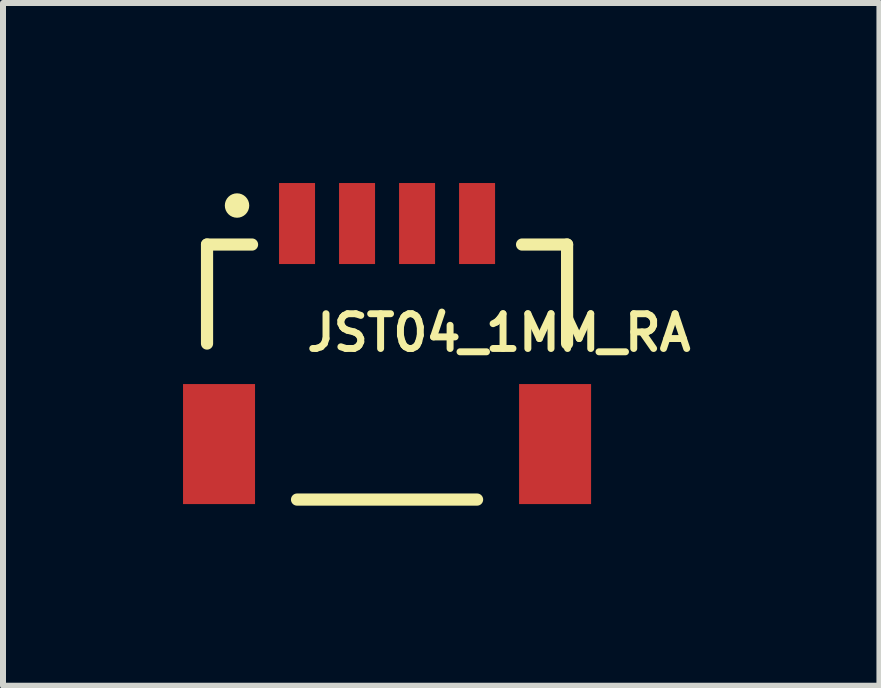
<source format=kicad_pcb>
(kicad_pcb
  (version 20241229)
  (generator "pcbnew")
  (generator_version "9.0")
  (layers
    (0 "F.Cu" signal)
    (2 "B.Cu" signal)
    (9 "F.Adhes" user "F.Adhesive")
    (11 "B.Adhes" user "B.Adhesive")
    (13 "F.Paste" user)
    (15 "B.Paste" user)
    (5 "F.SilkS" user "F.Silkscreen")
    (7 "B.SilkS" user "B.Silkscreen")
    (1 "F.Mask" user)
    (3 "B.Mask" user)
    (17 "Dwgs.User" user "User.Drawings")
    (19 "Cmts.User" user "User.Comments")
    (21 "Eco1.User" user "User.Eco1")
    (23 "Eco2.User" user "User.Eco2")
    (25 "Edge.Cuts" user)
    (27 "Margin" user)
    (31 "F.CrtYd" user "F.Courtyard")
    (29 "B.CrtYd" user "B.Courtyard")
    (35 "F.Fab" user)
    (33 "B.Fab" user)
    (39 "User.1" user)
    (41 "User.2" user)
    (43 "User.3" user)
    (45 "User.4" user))
  (footprint "JST04_1MM_RA"
    (layer "F.Cu")
    (at 3.4 0.675)
    (property "Reference" "JST04_1MM_RA" (at -1.397 2.159 180) (layer "F.SilkS") (effects (font (size 0.579 0.579) (thickness 0.116)) (justify left bottom)))
    (attr through_hole)
    (fp_line (start -3 0.35) (end -2.25 0.35) (stroke (width 0.203) (type solid)) (layer "F.SilkS"))
    (fp_line (start -3 2) (end -3 0.35) (stroke (width 0.203) (type solid)) (layer "F.SilkS"))
    (fp_line (start -1.5 4.6) (end 1.5 4.6) (stroke (width 0.203) (type solid)) (layer "F.SilkS"))
    (fp_line (start 2.25 0.35) (end 3 0.35) (stroke (width 0.203) (type solid)) (layer "F.SilkS"))
    (fp_line (start 3 0.35) (end 3 2) (stroke (width 0.203) (type solid)) (layer "F.SilkS"))
    (fp_circle (center -2.5 -0.3) (end -2.398 -0.3) (stroke (width 0.203) (type solid)) (fill no) (layer "F.SilkS"))
    (pad "1" smd rect (at -1.5 0) (size 0.6 1.35) (layers "F.Cu" "F.Mask" "F.Paste"))
    (pad "2" smd rect (at -0.5 0) (size 0.6 1.35) (layers "F.Cu" "F.Mask" "F.Paste"))
    (pad "3" smd rect (at 0.5 0) (size 0.6 1.35) (layers "F.Cu" "F.Mask" "F.Paste"))
    (pad "4" smd rect (at 1.5 0) (size 0.6 1.35) (layers "F.Cu" "F.Mask" "F.Paste"))
    (pad "NC1" smd rect (at 2.8 3.675) (size 1.2 2) (layers "F.Cu" "F.Mask" "F.Paste"))
    (pad "NC2" smd rect (at -2.8 3.675) (size 1.2 2) (layers "F.Cu" "F.Mask" "F.Paste")))
  (gr_rect
    (start -3 -3)
    (end 11.605 8.377)
    (stroke (width 0.1) (type default))
    (fill no)
    (layer "Edge.Cuts")))
</source>
